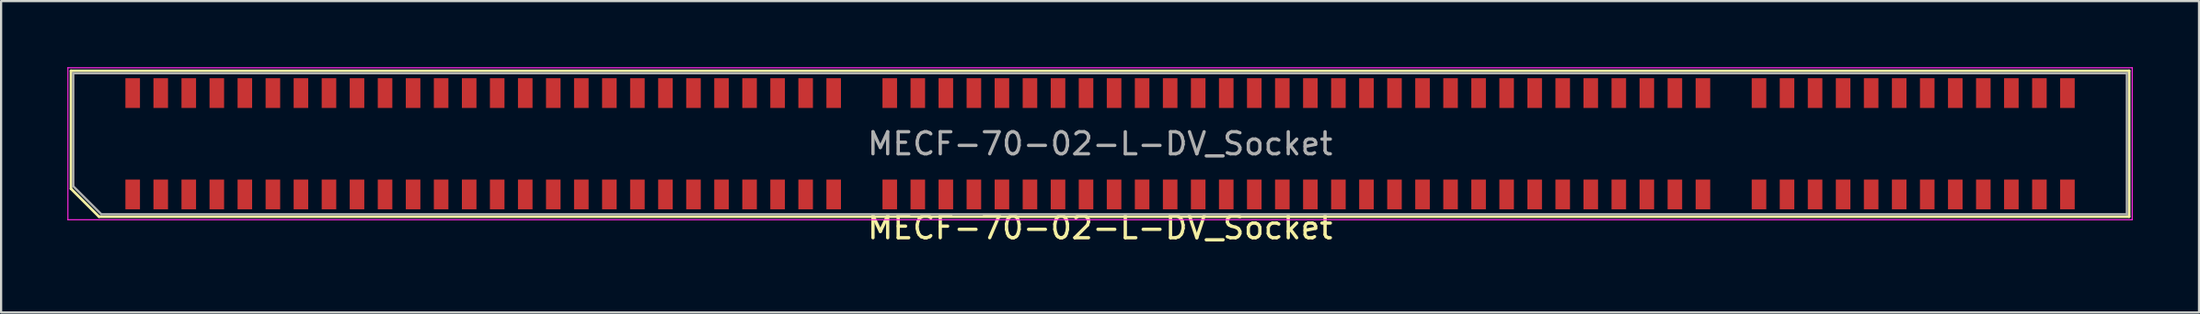
<source format=kicad_pcb>
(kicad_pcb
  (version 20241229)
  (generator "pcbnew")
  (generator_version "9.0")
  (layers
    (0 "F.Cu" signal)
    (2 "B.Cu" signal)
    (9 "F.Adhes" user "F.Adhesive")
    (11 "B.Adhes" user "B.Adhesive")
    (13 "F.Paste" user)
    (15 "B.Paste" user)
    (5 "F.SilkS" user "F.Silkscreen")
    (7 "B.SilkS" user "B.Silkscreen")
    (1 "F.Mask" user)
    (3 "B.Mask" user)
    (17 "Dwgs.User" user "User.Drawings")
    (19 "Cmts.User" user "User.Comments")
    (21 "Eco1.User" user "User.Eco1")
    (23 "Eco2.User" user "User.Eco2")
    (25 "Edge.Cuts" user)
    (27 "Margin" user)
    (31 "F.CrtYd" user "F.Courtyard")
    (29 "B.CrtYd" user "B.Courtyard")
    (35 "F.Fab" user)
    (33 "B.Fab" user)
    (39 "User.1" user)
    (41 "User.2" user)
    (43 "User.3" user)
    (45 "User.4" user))
  (footprint "MECF-70-02-L-DV_Socket"
    (layer "F.Cu")
    (at 46.775 3.475)
    (property "Reference" "MECF-70-02-L-DV_Socket" (at 0 3.81 0) (layer "F.SilkS") (effects (font (size 1 1) (thickness 0.15))))
    (attr smd)
    (fp_line (start -46.61 -3.31) (end 46.61 -3.31) (stroke (width 0.12) (type solid)) (layer "F.SilkS"))
    (fp_line (start -46.61 2.04) (end -46.61 -3.31) (stroke (width 0.12) (type solid)) (layer "F.SilkS"))
    (fp_line (start -45.34 3.31) (end -46.61 2.04) (stroke (width 0.12) (type solid)) (layer "F.SilkS"))
    (fp_line (start -45.34 3.31) (end 46.61 3.31) (stroke (width 0.12) (type solid)) (layer "F.SilkS"))
    (fp_line (start 46.61 3.31) (end 46.61 -3.31) (stroke (width 0.12) (type solid)) (layer "F.SilkS"))
    (fp_line (start -46.75 -3.45) (end -46.75 3.45) (stroke (width 0.05) (type solid)) (layer "F.CrtYd"))
    (fp_line (start -46.75 3.45) (end 46.75 3.45) (stroke (width 0.05) (type solid)) (layer "F.CrtYd"))
    (fp_line (start 46.75 -3.45) (end -46.75 -3.45) (stroke (width 0.05) (type solid)) (layer "F.CrtYd"))
    (fp_line (start 46.75 3.45) (end 46.75 -3.45) (stroke (width 0.05) (type solid)) (layer "F.CrtYd"))
    (fp_line (start -46.505 -3.2) (end 46.505 -3.2) (stroke (width 0.1) (type solid)) (layer "F.Fab"))
    (fp_line (start -46.505 1.93) (end -46.505 -3.2) (stroke (width 0.1) (type solid)) (layer "F.Fab"))
    (fp_line (start -46.505 1.93) (end -45.235 3.2) (stroke (width 0.1) (type solid)) (layer "F.Fab"))
    (fp_line (start -45.235 3.2) (end 46.505 3.2) (stroke (width 0.1) (type solid)) (layer "F.Fab"))
    (fp_line (start 46.505 3.2) (end 46.505 -3.2) (stroke (width 0.1) (type solid)) (layer "F.Fab"))
    (fp_text user "${REFERENCE}" (at 0 0 0) (layer "F.Fab") (effects (font (size 1 1) (thickness 0.15))))
    (pad "" np_thru_hole circle (at -45.595 0) (size 0.001 0.001) (drill 1.45) (layers "*.Cu" "*.Mask"))
    (pad "" np_thru_hole circle (at 45.595 1) (size 0.001 0.001) (drill 1.45) (layers "*.Cu" "*.Mask"))
    (pad "1" smd rect (at -43.815 2.3) (size 0.66 1.35) (layers "F.Cu" "F.Mask" "F.Paste"))
    (pad "2" smd rect (at -43.815 -2.3) (size 0.66 1.35) (layers "F.Cu" "F.Mask" "F.Paste"))
    (pad "3" smd rect (at -42.545 2.3) (size 0.66 1.35) (layers "F.Cu" "F.Mask" "F.Paste"))
    (pad "4" smd rect (at -42.545 -2.3) (size 0.66 1.35) (layers "F.Cu" "F.Mask" "F.Paste"))
    (pad "5" smd rect (at -41.275 2.3) (size 0.66 1.35) (layers "F.Cu" "F.Mask" "F.Paste"))
    (pad "6" smd rect (at -41.275 -2.3) (size 0.66 1.35) (layers "F.Cu" "F.Mask" "F.Paste"))
    (pad "7" smd rect (at -40.005 2.3) (size 0.66 1.35) (layers "F.Cu" "F.Mask" "F.Paste"))
    (pad "8" smd rect (at -40.005 -2.3) (size 0.66 1.35) (layers "F.Cu" "F.Mask" "F.Paste"))
    (pad "9" smd rect (at -38.735 2.3) (size 0.66 1.35) (layers "F.Cu" "F.Mask" "F.Paste"))
    (pad "10" smd rect (at -38.735 -2.3) (size 0.66 1.35) (layers "F.Cu" "F.Mask" "F.Paste"))
    (pad "11" smd rect (at -37.465 2.3) (size 0.66 1.35) (layers "F.Cu" "F.Mask" "F.Paste"))
    (pad "12" smd rect (at -37.465 -2.3) (size 0.66 1.35) (layers "F.Cu" "F.Mask" "F.Paste"))
    (pad "13" smd rect (at -36.195 2.3) (size 0.66 1.35) (layers "F.Cu" "F.Mask" "F.Paste"))
    (pad "14" smd rect (at -36.195 -2.3) (size 0.66 1.35) (layers "F.Cu" "F.Mask" "F.Paste"))
    (pad "15" smd rect (at -34.925 2.3) (size 0.66 1.35) (layers "F.Cu" "F.Mask" "F.Paste"))
    (pad "16" smd rect (at -34.925 -2.3) (size 0.66 1.35) (layers "F.Cu" "F.Mask" "F.Paste"))
    (pad "17" smd rect (at -33.655 2.3) (size 0.66 1.35) (layers "F.Cu" "F.Mask" "F.Paste"))
    (pad "18" smd rect (at -33.655 -2.3) (size 0.66 1.35) (layers "F.Cu" "F.Mask" "F.Paste"))
    (pad "19" smd rect (at -32.385 2.3) (size 0.66 1.35) (layers "F.Cu" "F.Mask" "F.Paste"))
    (pad "20" smd rect (at -32.385 -2.3) (size 0.66 1.35) (layers "F.Cu" "F.Mask" "F.Paste"))
    (pad "21" smd rect (at -31.115 2.3) (size 0.66 1.35) (layers "F.Cu" "F.Mask" "F.Paste"))
    (pad "22" smd rect (at -31.115 -2.3) (size 0.66 1.35) (layers "F.Cu" "F.Mask" "F.Paste"))
    (pad "23" smd rect (at -29.845 2.3) (size 0.66 1.35) (layers "F.Cu" "F.Mask" "F.Paste"))
    (pad "24" smd rect (at -29.845 -2.3) (size 0.66 1.35) (layers "F.Cu" "F.Mask" "F.Paste"))
    (pad "25" smd rect (at -28.575 2.3) (size 0.66 1.35) (layers "F.Cu" "F.Mask" "F.Paste"))
    (pad "26" smd rect (at -28.575 -2.3) (size 0.66 1.35) (layers "F.Cu" "F.Mask" "F.Paste"))
    (pad "27" smd rect (at -27.305 2.3) (size 0.66 1.35) (layers "F.Cu" "F.Mask" "F.Paste"))
    (pad "28" smd rect (at -27.305 -2.3) (size 0.66 1.35) (layers "F.Cu" "F.Mask" "F.Paste"))
    (pad "29" smd rect (at -26.035 2.3) (size 0.66 1.35) (layers "F.Cu" "F.Mask" "F.Paste"))
    (pad "30" smd rect (at -26.035 -2.3) (size 0.66 1.35) (layers "F.Cu" "F.Mask" "F.Paste"))
    (pad "31" smd rect (at -24.765 2.3) (size 0.66 1.35) (layers "F.Cu" "F.Mask" "F.Paste"))
    (pad "32" smd rect (at -24.765 -2.3) (size 0.66 1.35) (layers "F.Cu" "F.Mask" "F.Paste"))
    (pad "33" smd rect (at -23.495 2.3) (size 0.66 1.35) (layers "F.Cu" "F.Mask" "F.Paste"))
    (pad "34" smd rect (at -23.495 -2.3) (size 0.66 1.35) (layers "F.Cu" "F.Mask" "F.Paste"))
    (pad "35" smd rect (at -22.225 2.3) (size 0.66 1.35) (layers "F.Cu" "F.Mask" "F.Paste"))
    (pad "36" smd rect (at -22.225 -2.3) (size 0.66 1.35) (layers "F.Cu" "F.Mask" "F.Paste"))
    (pad "37" smd rect (at -20.955 2.3) (size 0.66 1.35) (layers "F.Cu" "F.Mask" "F.Paste"))
    (pad "38" smd rect (at -20.955 -2.3) (size 0.66 1.35) (layers "F.Cu" "F.Mask" "F.Paste"))
    (pad "39" smd rect (at -19.685 2.3) (size 0.66 1.35) (layers "F.Cu" "F.Mask" "F.Paste"))
    (pad "40" smd rect (at -19.685 -2.3) (size 0.66 1.35) (layers "F.Cu" "F.Mask" "F.Paste"))
    (pad "41" smd rect (at -18.415 2.3) (size 0.66 1.35) (layers "F.Cu" "F.Mask" "F.Paste"))
    (pad "42" smd rect (at -18.415 -2.3) (size 0.66 1.35) (layers "F.Cu" "F.Mask" "F.Paste"))
    (pad "43" smd rect (at -17.145 2.3) (size 0.66 1.35) (layers "F.Cu" "F.Mask" "F.Paste"))
    (pad "44" smd rect (at -17.145 -2.3) (size 0.66 1.35) (layers "F.Cu" "F.Mask" "F.Paste"))
    (pad "45" smd rect (at -15.875 2.3) (size 0.66 1.35) (layers "F.Cu" "F.Mask" "F.Paste"))
    (pad "46" smd rect (at -15.875 -2.3) (size 0.66 1.35) (layers "F.Cu" "F.Mask" "F.Paste"))
    (pad "47" smd rect (at -14.605 2.3) (size 0.66 1.35) (layers "F.Cu" "F.Mask" "F.Paste"))
    (pad "48" smd rect (at -14.605 -2.3) (size 0.66 1.35) (layers "F.Cu" "F.Mask" "F.Paste"))
    (pad "49" smd rect (at -13.335 2.3) (size 0.66 1.35) (layers "F.Cu" "F.Mask" "F.Paste"))
    (pad "50" smd rect (at -13.335 -2.3) (size 0.66 1.35) (layers "F.Cu" "F.Mask" "F.Paste"))
    (pad "51" smd rect (at -12.065 2.3) (size 0.66 1.35) (layers "F.Cu" "F.Mask" "F.Paste"))
    (pad "52" smd rect (at -12.065 -2.3) (size 0.66 1.35) (layers "F.Cu" "F.Mask" "F.Paste"))
    (pad "55" smd rect (at -9.525 2.3) (size 0.66 1.35) (layers "F.Cu" "F.Mask" "F.Paste"))
    (pad "56" smd rect (at -9.525 -2.3) (size 0.66 1.35) (layers "F.Cu" "F.Mask" "F.Paste"))
    (pad "57" smd rect (at -8.255 2.3) (size 0.66 1.35) (layers "F.Cu" "F.Mask" "F.Paste"))
    (pad "58" smd rect (at -8.255 -2.3) (size 0.66 1.35) (layers "F.Cu" "F.Mask" "F.Paste"))
    (pad "59" smd rect (at -6.985 2.3) (size 0.66 1.35) (layers "F.Cu" "F.Mask" "F.Paste"))
    (pad "60" smd rect (at -6.985 -2.3) (size 0.66 1.35) (layers "F.Cu" "F.Mask" "F.Paste"))
    (pad "61" smd rect (at -5.715 2.3) (size 0.66 1.35) (layers "F.Cu" "F.Mask" "F.Paste"))
    (pad "62" smd rect (at -5.715 -2.3) (size 0.66 1.35) (layers "F.Cu" "F.Mask" "F.Paste"))
    (pad "63" smd rect (at -4.445 2.3) (size 0.66 1.35) (layers "F.Cu" "F.Mask" "F.Paste"))
    (pad "64" smd rect (at -4.445 -2.3) (size 0.66 1.35) (layers "F.Cu" "F.Mask" "F.Paste"))
    (pad "65" smd rect (at -3.175 2.3) (size 0.66 1.35) (layers "F.Cu" "F.Mask" "F.Paste"))
    (pad "66" smd rect (at -3.175 -2.3) (size 0.66 1.35) (layers "F.Cu" "F.Mask" "F.Paste"))
    (pad "67" smd rect (at -1.905 2.3) (size 0.66 1.35) (layers "F.Cu" "F.Mask" "F.Paste"))
    (pad "68" smd rect (at -1.905 -2.3) (size 0.66 1.35) (layers "F.Cu" "F.Mask" "F.Paste"))
    (pad "69" smd rect (at -0.635 2.3) (size 0.66 1.35) (layers "F.Cu" "F.Mask" "F.Paste"))
    (pad "70" smd rect (at -0.635 -2.3) (size 0.66 1.35) (layers "F.Cu" "F.Mask" "F.Paste"))
    (pad "71" smd rect (at 0.635 2.3) (size 0.66 1.35) (layers "F.Cu" "F.Mask" "F.Paste"))
    (pad "72" smd rect (at 0.635 -2.3) (size 0.66 1.35) (layers "F.Cu" "F.Mask" "F.Paste"))
    (pad "73" smd rect (at 1.905 2.3) (size 0.66 1.35) (layers "F.Cu" "F.Mask" "F.Paste"))
    (pad "74" smd rect (at 1.905 -2.3) (size 0.66 1.35) (layers "F.Cu" "F.Mask" "F.Paste"))
    (pad "75" smd rect (at 3.175 2.3) (size 0.66 1.35) (layers "F.Cu" "F.Mask" "F.Paste"))
    (pad "76" smd rect (at 3.175 -2.3) (size 0.66 1.35) (layers "F.Cu" "F.Mask" "F.Paste"))
    (pad "77" smd rect (at 4.445 2.3) (size 0.66 1.35) (layers "F.Cu" "F.Mask" "F.Paste"))
    (pad "78" smd rect (at 4.445 -2.3) (size 0.66 1.35) (layers "F.Cu" "F.Mask" "F.Paste"))
    (pad "79" smd rect (at 5.715 2.3) (size 0.66 1.35) (layers "F.Cu" "F.Mask" "F.Paste"))
    (pad "80" smd rect (at 5.715 -2.3) (size 0.66 1.35) (layers "F.Cu" "F.Mask" "F.Paste"))
    (pad "81" smd rect (at 6.985 2.3) (size 0.66 1.35) (layers "F.Cu" "F.Mask" "F.Paste"))
    (pad "82" smd rect (at 6.985 -2.3) (size 0.66 1.35) (layers "F.Cu" "F.Mask" "F.Paste"))
    (pad "83" smd rect (at 8.255 2.3) (size 0.66 1.35) (layers "F.Cu" "F.Mask" "F.Paste"))
    (pad "84" smd rect (at 8.255 -2.3) (size 0.66 1.35) (layers "F.Cu" "F.Mask" "F.Paste"))
    (pad "85" smd rect (at 9.525 2.3) (size 0.66 1.35) (layers "F.Cu" "F.Mask" "F.Paste"))
    (pad "86" smd rect (at 9.525 -2.3) (size 0.66 1.35) (layers "F.Cu" "F.Mask" "F.Paste"))
    (pad "87" smd rect (at 10.795 2.3) (size 0.66 1.35) (layers "F.Cu" "F.Mask" "F.Paste"))
    (pad "88" smd rect (at 10.795 -2.3) (size 0.66 1.35) (layers "F.Cu" "F.Mask" "F.Paste"))
    (pad "89" smd rect (at 12.065 2.3) (size 0.66 1.35) (layers "F.Cu" "F.Mask" "F.Paste"))
    (pad "90" smd rect (at 12.065 -2.3) (size 0.66 1.35) (layers "F.Cu" "F.Mask" "F.Paste"))
    (pad "91" smd rect (at 13.335 2.3) (size 0.66 1.35) (layers "F.Cu" "F.Mask" "F.Paste"))
    (pad "92" smd rect (at 13.335 -2.3) (size 0.66 1.35) (layers "F.Cu" "F.Mask" "F.Paste"))
    (pad "93" smd rect (at 14.605 2.3) (size 0.66 1.35) (layers "F.Cu" "F.Mask" "F.Paste"))
    (pad "94" smd rect (at 14.605 -2.3) (size 0.66 1.35) (layers "F.Cu" "F.Mask" "F.Paste"))
    (pad "95" smd rect (at 15.875 2.3) (size 0.66 1.35) (layers "F.Cu" "F.Mask" "F.Paste"))
    (pad "96" smd rect (at 15.875 -2.3) (size 0.66 1.35) (layers "F.Cu" "F.Mask" "F.Paste"))
    (pad "97" smd rect (at 17.145 2.3) (size 0.66 1.35) (layers "F.Cu" "F.Mask" "F.Paste"))
    (pad "98" smd rect (at 17.145 -2.3) (size 0.66 1.35) (layers "F.Cu" "F.Mask" "F.Paste"))
    (pad "99" smd rect (at 18.415 2.3) (size 0.66 1.35) (layers "F.Cu" "F.Mask" "F.Paste"))
    (pad "100" smd rect (at 18.415 -2.3) (size 0.66 1.35) (layers "F.Cu" "F.Mask" "F.Paste"))
    (pad "101" smd rect (at 19.685 2.3) (size 0.66 1.35) (layers "F.Cu" "F.Mask" "F.Paste"))
    (pad "102" smd rect (at 19.685 -2.3) (size 0.66 1.35) (layers "F.Cu" "F.Mask" "F.Paste"))
    (pad "103" smd rect (at 20.955 2.3) (size 0.66 1.35) (layers "F.Cu" "F.Mask" "F.Paste"))
    (pad "104" smd rect (at 20.955 -2.3) (size 0.66 1.35) (layers "F.Cu" "F.Mask" "F.Paste"))
    (pad "105" smd rect (at 22.225 2.3) (size 0.66 1.35) (layers "F.Cu" "F.Mask" "F.Paste"))
    (pad "106" smd rect (at 22.225 -2.3) (size 0.66 1.35) (layers "F.Cu" "F.Mask" "F.Paste"))
    (pad "107" smd rect (at 23.495 2.3) (size 0.66 1.35) (layers "F.Cu" "F.Mask" "F.Paste"))
    (pad "108" smd rect (at 23.495 -2.3) (size 0.66 1.35) (layers "F.Cu" "F.Mask" "F.Paste"))
    (pad "109" smd rect (at 24.765 2.3) (size 0.66 1.35) (layers "F.Cu" "F.Mask" "F.Paste"))
    (pad "110" smd rect (at 24.765 -2.3) (size 0.66 1.35) (layers "F.Cu" "F.Mask" "F.Paste"))
    (pad "111" smd rect (at 26.035 2.3) (size 0.66 1.35) (layers "F.Cu" "F.Mask" "F.Paste"))
    (pad "112" smd rect (at 26.035 -2.3) (size 0.66 1.35) (layers "F.Cu" "F.Mask" "F.Paste"))
    (pad "113" smd rect (at 27.305 2.3) (size 0.66 1.35) (layers "F.Cu" "F.Mask" "F.Paste"))
    (pad "114" smd rect (at 27.305 -2.3) (size 0.66 1.35) (layers "F.Cu" "F.Mask" "F.Paste"))
    (pad "117" smd rect (at 29.845 2.3) (size 0.66 1.35) (layers "F.Cu" "F.Mask" "F.Paste"))
    (pad "118" smd rect (at 29.845 -2.3) (size 0.66 1.35) (layers "F.Cu" "F.Mask" "F.Paste"))
    (pad "119" smd rect (at 31.115 2.3) (size 0.66 1.35) (layers "F.Cu" "F.Mask" "F.Paste"))
    (pad "120" smd rect (at 31.115 -2.3) (size 0.66 1.35) (layers "F.Cu" "F.Mask" "F.Paste"))
    (pad "121" smd rect (at 32.385 2.3) (size 0.66 1.35) (layers "F.Cu" "F.Mask" "F.Paste"))
    (pad "122" smd rect (at 32.385 -2.3) (size 0.66 1.35) (layers "F.Cu" "F.Mask" "F.Paste"))
    (pad "123" smd rect (at 33.655 2.3) (size 0.66 1.35) (layers "F.Cu" "F.Mask" "F.Paste"))
    (pad "124" smd rect (at 33.655 -2.3) (size 0.66 1.35) (layers "F.Cu" "F.Mask" "F.Paste"))
    (pad "125" smd rect (at 34.925 2.3) (size 0.66 1.35) (layers "F.Cu" "F.Mask" "F.Paste"))
    (pad "126" smd rect (at 34.925 -2.3) (size 0.66 1.35) (layers "F.Cu" "F.Mask" "F.Paste"))
    (pad "127" smd rect (at 36.195 2.3) (size 0.66 1.35) (layers "F.Cu" "F.Mask" "F.Paste"))
    (pad "128" smd rect (at 36.195 -2.3) (size 0.66 1.35) (layers "F.Cu" "F.Mask" "F.Paste"))
    (pad "129" smd rect (at 37.465 2.3) (size 0.66 1.35) (layers "F.Cu" "F.Mask" "F.Paste"))
    (pad "130" smd rect (at 37.465 -2.3) (size 0.66 1.35) (layers "F.Cu" "F.Mask" "F.Paste"))
    (pad "131" smd rect (at 38.735 2.3) (size 0.66 1.35) (layers "F.Cu" "F.Mask" "F.Paste"))
    (pad "132" smd rect (at 38.735 -2.3) (size 0.66 1.35) (layers "F.Cu" "F.Mask" "F.Paste"))
    (pad "133" smd rect (at 40.005 2.3) (size 0.66 1.35) (layers "F.Cu" "F.Mask" "F.Paste"))
    (pad "134" smd rect (at 40.005 -2.3) (size 0.66 1.35) (layers "F.Cu" "F.Mask" "F.Paste"))
    (pad "135" smd rect (at 41.275 2.3) (size 0.66 1.35) (layers "F.Cu" "F.Mask" "F.Paste"))
    (pad "136" smd rect (at 41.275 -2.3) (size 0.66 1.35) (layers "F.Cu" "F.Mask" "F.Paste"))
    (pad "137" smd rect (at 42.545 2.3) (size 0.66 1.35) (layers "F.Cu" "F.Mask" "F.Paste"))
    (pad "138" smd rect (at 42.545 -2.3) (size 0.66 1.35) (layers "F.Cu" "F.Mask" "F.Paste"))
    (pad "139" smd rect (at 43.815 2.3) (size 0.66 1.35) (layers "F.Cu" "F.Mask" "F.Paste"))
    (pad "140" smd rect (at 43.815 -2.3) (size 0.66 1.35) (layers "F.Cu" "F.Mask" "F.Paste")))
  (gr_rect
    (start -3 -3)
    (end 96.55 11.133)
    (stroke (width 0.1) (type default))
    (fill no)
    (layer "Edge.Cuts")))
</source>
